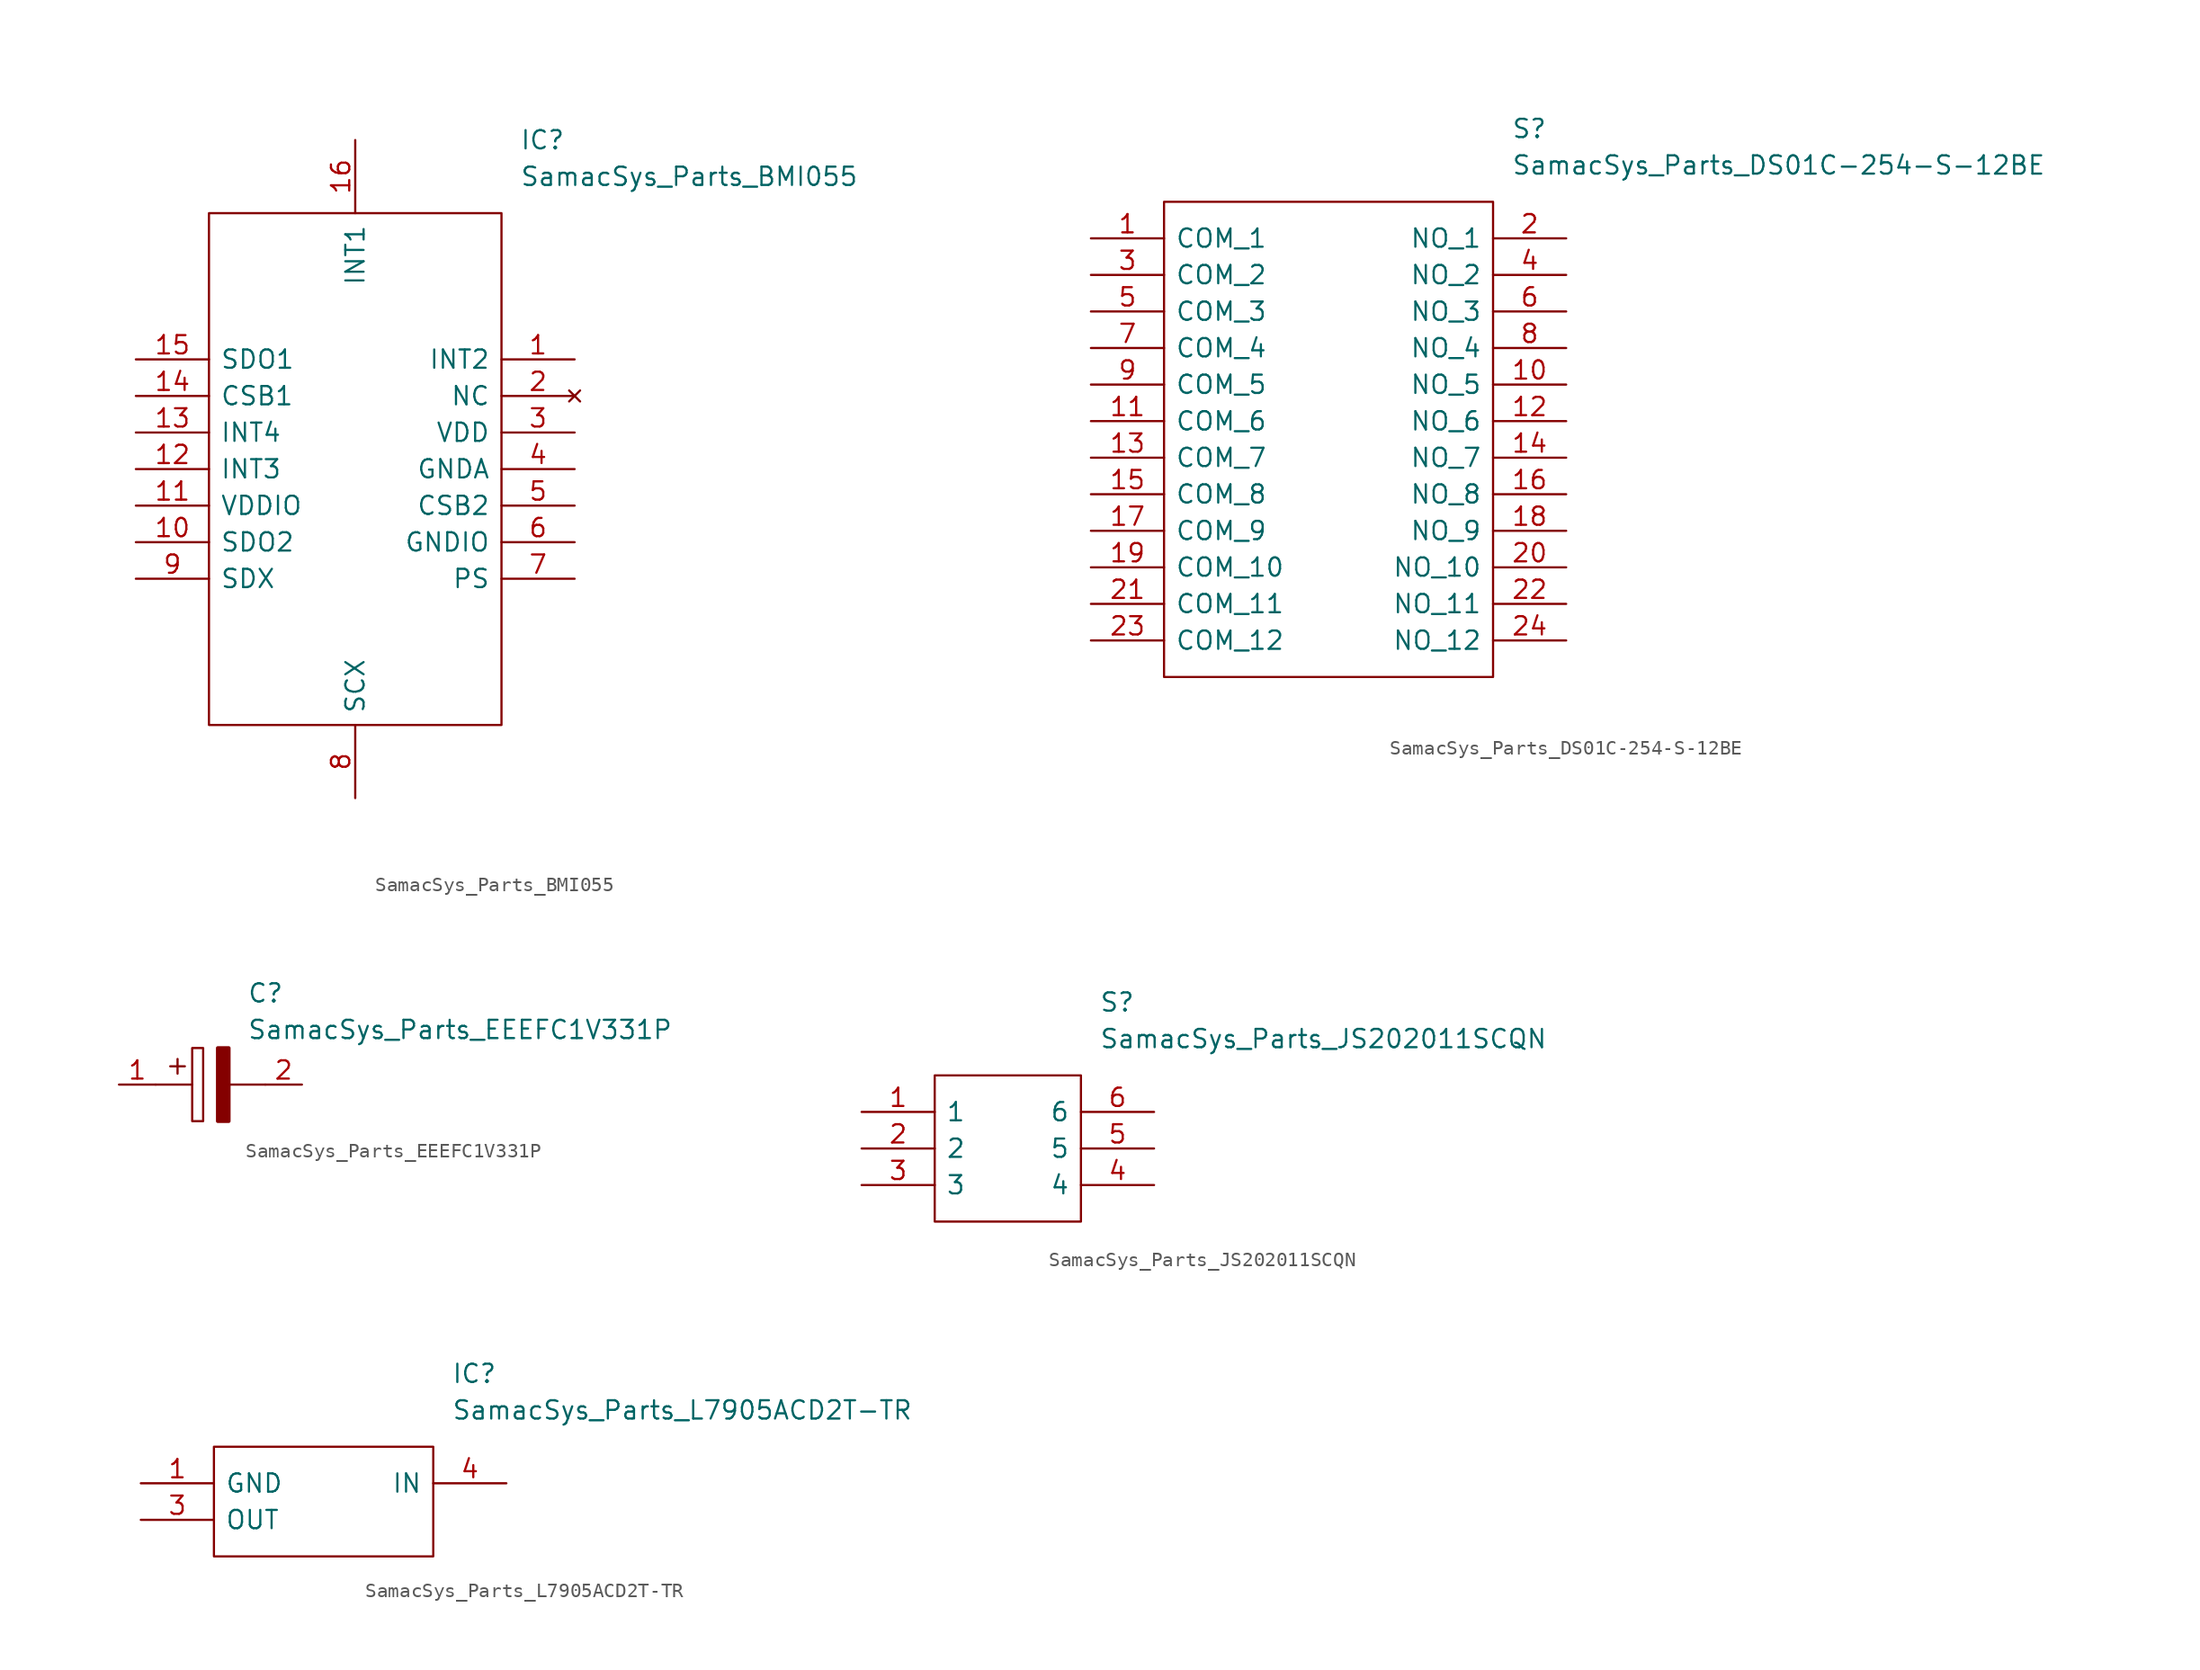
<source format=kicad_sym>
(kicad_symbol_lib
  (version 20211014)
  (generator kicad_symbol_editor)
  (symbol "SamacSys_Parts_BMI055"
    (pin_names
      (offset 0.762))
    (property "Reference" "IC"
      (at 26.67 15.24 0)
      (effects (font (size 1.27 1.27)) (justify left)))
    (property "Value" "SamacSys_Parts_BMI055"
      (at 26.67 12.7 0)
      (effects (font (size 1.27 1.27)) (justify left)))
    (symbol "SamacSys_Parts_BMI055_0_0"
      (pin passive line (at 30.48 0 180) (length 5.08) (name "INT2" (effects (font (size 1.27 1.27)))) (number "1" (effects (font (size 1.27 1.27)))))
      (pin passive line (at 0 -12.7 0) (length 5.08) (name "SDO2" (effects (font (size 1.27 1.27)))) (number "10" (effects (font (size 1.27 1.27)))))
      (pin passive line (at 0 -10.16 0) (length 5.08) (name "VDDIO" (effects (font (size 1.27 1.27)))) (number "11" (effects (font (size 1.27 1.27)))))
      (pin passive line (at 0 -7.62 0) (length 5.08) (name "INT3" (effects (font (size 1.27 1.27)))) (number "12" (effects (font (size 1.27 1.27)))))
      (pin passive line (at 0 -5.08 0) (length 5.08) (name "INT4" (effects (font (size 1.27 1.27)))) (number "13" (effects (font (size 1.27 1.27)))))
      (pin passive line (at 0 -2.54 0) (length 5.08) (name "CSB1" (effects (font (size 1.27 1.27)))) (number "14" (effects (font (size 1.27 1.27)))))
      (pin passive line (at 0 0 0) (length 5.08) (name "SDO1" (effects (font (size 1.27 1.27)))) (number "15" (effects (font (size 1.27 1.27)))))
      (pin passive line (at 15.24 15.24 270) (length 5.08) (name "INT1" (effects (font (size 1.27 1.27)))) (number "16" (effects (font (size 1.27 1.27)))))
      (pin no_connect line (at 30.48 -2.54 180) (length 5.08) (name "NC" (effects (font (size 1.27 1.27)))) (number "2" (effects (font (size 1.27 1.27)))))
      (pin passive line (at 30.48 -5.08 180) (length 5.08) (name "VDD" (effects (font (size 1.27 1.27)))) (number "3" (effects (font (size 1.27 1.27)))))
      (pin passive line (at 30.48 -7.62 180) (length 5.08) (name "GNDA" (effects (font (size 1.27 1.27)))) (number "4" (effects (font (size 1.27 1.27)))))
      (pin passive line (at 30.48 -10.16 180) (length 5.08) (name "CSB2" (effects (font (size 1.27 1.27)))) (number "5" (effects (font (size 1.27 1.27)))))
      (pin passive line (at 30.48 -12.7 180) (length 5.08) (name "GNDIO" (effects (font (size 1.27 1.27)))) (number "6" (effects (font (size 1.27 1.27)))))
      (pin passive line (at 30.48 -15.24 180) (length 5.08) (name "PS" (effects (font (size 1.27 1.27)))) (number "7" (effects (font (size 1.27 1.27)))))
      (pin passive line (at 15.24 -30.48 90) (length 5.08) (name "SCX" (effects (font (size 1.27 1.27)))) (number "8" (effects (font (size 1.27 1.27)))))
      (pin passive line (at 0 -15.24 0) (length 5.08) (name "SDX" (effects (font (size 1.27 1.27)))) (number "9" (effects (font (size 1.27 1.27))))))
    (symbol "SamacSys_Parts_BMI055_0_1"
      (polyline (pts (xy 5.08 10.16) (xy 25.4 10.16) (xy 25.4 -25.4) (xy 5.08 -25.4) (xy 5.08 10.16)) (stroke (width 0.152) (type default) (color 0 0 0 0)) (fill (type none)))))
  (symbol "SamacSys_Parts_DS01C-254-S-12BE"
    (pin_names
      (offset 0.762))
    (property "Reference" "S"
      (at 29.21 7.62 0)
      (effects (font (size 1.27 1.27)) (justify left)))
    (property "Value" "SamacSys_Parts_DS01C-254-S-12BE"
      (at 29.21 5.08 0)
      (effects (font (size 1.27 1.27)) (justify left)))
    (symbol "SamacSys_Parts_DS01C-254-S-12BE_0_0"
      (pin passive line (at 0 0 0) (length 5.08) (name "COM_1" (effects (font (size 1.27 1.27)))) (number "1" (effects (font (size 1.27 1.27)))))
      (pin passive line (at 33.02 -10.16 180) (length 5.08) (name "NO_5" (effects (font (size 1.27 1.27)))) (number "10" (effects (font (size 1.27 1.27)))))
      (pin passive line (at 0 -12.7 0) (length 5.08) (name "COM_6" (effects (font (size 1.27 1.27)))) (number "11" (effects (font (size 1.27 1.27)))))
      (pin passive line (at 33.02 -12.7 180) (length 5.08) (name "NO_6" (effects (font (size 1.27 1.27)))) (number "12" (effects (font (size 1.27 1.27)))))
      (pin passive line (at 0 -15.24 0) (length 5.08) (name "COM_7" (effects (font (size 1.27 1.27)))) (number "13" (effects (font (size 1.27 1.27)))))
      (pin passive line (at 33.02 -15.24 180) (length 5.08) (name "NO_7" (effects (font (size 1.27 1.27)))) (number "14" (effects (font (size 1.27 1.27)))))
      (pin passive line (at 0 -17.78 0) (length 5.08) (name "COM_8" (effects (font (size 1.27 1.27)))) (number "15" (effects (font (size 1.27 1.27)))))
      (pin passive line (at 33.02 -17.78 180) (length 5.08) (name "NO_8" (effects (font (size 1.27 1.27)))) (number "16" (effects (font (size 1.27 1.27)))))
      (pin passive line (at 0 -20.32 0) (length 5.08) (name "COM_9" (effects (font (size 1.27 1.27)))) (number "17" (effects (font (size 1.27 1.27)))))
      (pin passive line (at 33.02 -20.32 180) (length 5.08) (name "NO_9" (effects (font (size 1.27 1.27)))) (number "18" (effects (font (size 1.27 1.27)))))
      (pin passive line (at 0 -22.86 0) (length 5.08) (name "COM_10" (effects (font (size 1.27 1.27)))) (number "19" (effects (font (size 1.27 1.27)))))
      (pin passive line (at 33.02 0 180) (length 5.08) (name "NO_1" (effects (font (size 1.27 1.27)))) (number "2" (effects (font (size 1.27 1.27)))))
      (pin passive line (at 33.02 -22.86 180) (length 5.08) (name "NO_10" (effects (font (size 1.27 1.27)))) (number "20" (effects (font (size 1.27 1.27)))))
      (pin passive line (at 0 -25.4 0) (length 5.08) (name "COM_11" (effects (font (size 1.27 1.27)))) (number "21" (effects (font (size 1.27 1.27)))))
      (pin passive line (at 33.02 -25.4 180) (length 5.08) (name "NO_11" (effects (font (size 1.27 1.27)))) (number "22" (effects (font (size 1.27 1.27)))))
      (pin passive line (at 0 -27.94 0) (length 5.08) (name "COM_12" (effects (font (size 1.27 1.27)))) (number "23" (effects (font (size 1.27 1.27)))))
      (pin passive line (at 33.02 -27.94 180) (length 5.08) (name "NO_12" (effects (font (size 1.27 1.27)))) (number "24" (effects (font (size 1.27 1.27)))))
      (pin passive line (at 0 -2.54 0) (length 5.08) (name "COM_2" (effects (font (size 1.27 1.27)))) (number "3" (effects (font (size 1.27 1.27)))))
      (pin passive line (at 33.02 -2.54 180) (length 5.08) (name "NO_2" (effects (font (size 1.27 1.27)))) (number "4" (effects (font (size 1.27 1.27)))))
      (pin passive line (at 0 -5.08 0) (length 5.08) (name "COM_3" (effects (font (size 1.27 1.27)))) (number "5" (effects (font (size 1.27 1.27)))))
      (pin passive line (at 33.02 -5.08 180) (length 5.08) (name "NO_3" (effects (font (size 1.27 1.27)))) (number "6" (effects (font (size 1.27 1.27)))))
      (pin passive line (at 0 -7.62 0) (length 5.08) (name "COM_4" (effects (font (size 1.27 1.27)))) (number "7" (effects (font (size 1.27 1.27)))))
      (pin passive line (at 33.02 -7.62 180) (length 5.08) (name "NO_4" (effects (font (size 1.27 1.27)))) (number "8" (effects (font (size 1.27 1.27)))))
      (pin passive line (at 0 -10.16 0) (length 5.08) (name "COM_5" (effects (font (size 1.27 1.27)))) (number "9" (effects (font (size 1.27 1.27))))))
    (symbol "SamacSys_Parts_DS01C-254-S-12BE_0_1"
      (polyline (pts (xy 5.08 2.54) (xy 27.94 2.54) (xy 27.94 -30.48) (xy 5.08 -30.48) (xy 5.08 2.54)) (stroke (width 0.152) (type default) (color 0 0 0 0)) (fill (type none)))))
  (symbol "SamacSys_Parts_EEEFC1V331P"
    (pin_names
      (offset 0.762))
    (property "Reference" "C"
      (at 8.89 6.35 0)
      (effects (font (size 1.27 1.27)) (justify left)))
    (property "Value" "SamacSys_Parts_EEEFC1V331P"
      (at 8.89 3.81 0)
      (effects (font (size 1.27 1.27)) (justify left)))
    (symbol "SamacSys_Parts_EEEFC1V331P_0_0"
      (pin passive line (at 0 0 0) (length 2.54) (name "~" (effects (font (size 1.27 1.27)))) (number "1" (effects (font (size 1.27 1.27)))))
      (pin passive line (at 12.7 0 180) (length 2.54) (name "~" (effects (font (size 1.27 1.27)))) (number "2" (effects (font (size 1.27 1.27))))))
    (symbol "SamacSys_Parts_EEEFC1V331P_0_1"
      (polyline (pts (xy 2.54 0) (xy 5.08 0)) (stroke (width 0.152) (type default) (color 0 0 0 0)) (fill (type none)))
      (polyline (pts (xy 4.064 1.778) (xy 4.064 0.762)) (stroke (width 0.152) (type default) (color 0 0 0 0)) (fill (type none)))
      (polyline (pts (xy 4.572 1.27) (xy 3.556 1.27)) (stroke (width 0.152) (type default) (color 0 0 0 0)) (fill (type none)))
      (polyline (pts (xy 7.62 0) (xy 10.16 0)) (stroke (width 0.152) (type default) (color 0 0 0 0)) (fill (type none)))
      (polyline (pts (xy 5.08 2.54) (xy 5.08 -2.54) (xy 5.842 -2.54) (xy 5.842 2.54) (xy 5.08 2.54)) (stroke (width 0.152) (type default) (color 0 0 0 0)) (fill (type none)))
      (polyline (pts (xy 7.62 2.54) (xy 7.62 -2.54) (xy 6.858 -2.54) (xy 6.858 2.54) (xy 7.62 2.54)) (stroke (width 0.254) (type default) (color 0 0 0 0)) (fill (type outline)))))
  (symbol "SamacSys_Parts_JS202011SCQN"
    (pin_names
      (offset 0.762))
    (property "Reference" "S"
      (at 16.51 7.62 0)
      (effects (font (size 1.27 1.27)) (justify left)))
    (property "Value" "SamacSys_Parts_JS202011SCQN"
      (at 16.51 5.08 0)
      (effects (font (size 1.27 1.27)) (justify left)))
    (symbol "SamacSys_Parts_JS202011SCQN_0_0"
      (pin passive line (at 0 0 0) (length 5.08) (name "1" (effects (font (size 1.27 1.27)))) (number "1" (effects (font (size 1.27 1.27)))))
      (pin passive line (at 0 -2.54 0) (length 5.08) (name "2" (effects (font (size 1.27 1.27)))) (number "2" (effects (font (size 1.27 1.27)))))
      (pin passive line (at 0 -5.08 0) (length 5.08) (name "3" (effects (font (size 1.27 1.27)))) (number "3" (effects (font (size 1.27 1.27)))))
      (pin passive line (at 20.32 -5.08 180) (length 5.08) (name "4" (effects (font (size 1.27 1.27)))) (number "4" (effects (font (size 1.27 1.27)))))
      (pin passive line (at 20.32 -2.54 180) (length 5.08) (name "5" (effects (font (size 1.27 1.27)))) (number "5" (effects (font (size 1.27 1.27)))))
      (pin passive line (at 20.32 0 180) (length 5.08) (name "6" (effects (font (size 1.27 1.27)))) (number "6" (effects (font (size 1.27 1.27))))))
    (symbol "SamacSys_Parts_JS202011SCQN_0_1"
      (polyline (pts (xy 5.08 2.54) (xy 15.24 2.54) (xy 15.24 -7.62) (xy 5.08 -7.62) (xy 5.08 2.54)) (stroke (width 0.152) (type default) (color 0 0 0 0)) (fill (type none)))))
  (symbol "SamacSys_Parts_L7905ACD2T-TR"
    (pin_names
      (offset 0.762))
    (property "Reference" "IC"
      (at 21.59 7.62 0)
      (effects (font (size 1.27 1.27)) (justify left)))
    (property "Value" "SamacSys_Parts_L7905ACD2T-TR"
      (at 21.59 5.08 0)
      (effects (font (size 1.27 1.27)) (justify left)))
    (symbol "SamacSys_Parts_L7905ACD2T-TR_0_0"
      (pin power_in line (at 0 0 0) (length 5.08) (name "GND" (effects (font (size 1.27 1.27)))) (number "1" (effects (font (size 1.27 1.27)))))
      (pin output line (at 0 -2.54 0) (length 5.08) (name "OUT" (effects (font (size 1.27 1.27)))) (number "3" (effects (font (size 1.27 1.27)))))
      (pin input line (at 25.4 0 180) (length 5.08) (name "IN" (effects (font (size 1.27 1.27)))) (number "4" (effects (font (size 1.27 1.27))))))
    (symbol "SamacSys_Parts_L7905ACD2T-TR_0_1"
      (polyline (pts (xy 5.08 2.54) (xy 20.32 2.54) (xy 20.32 -5.08) (xy 5.08 -5.08) (xy 5.08 2.54)) (stroke (width 0.152) (type default) (color 0 0 0 0)) (fill (type none))))))
</source>
